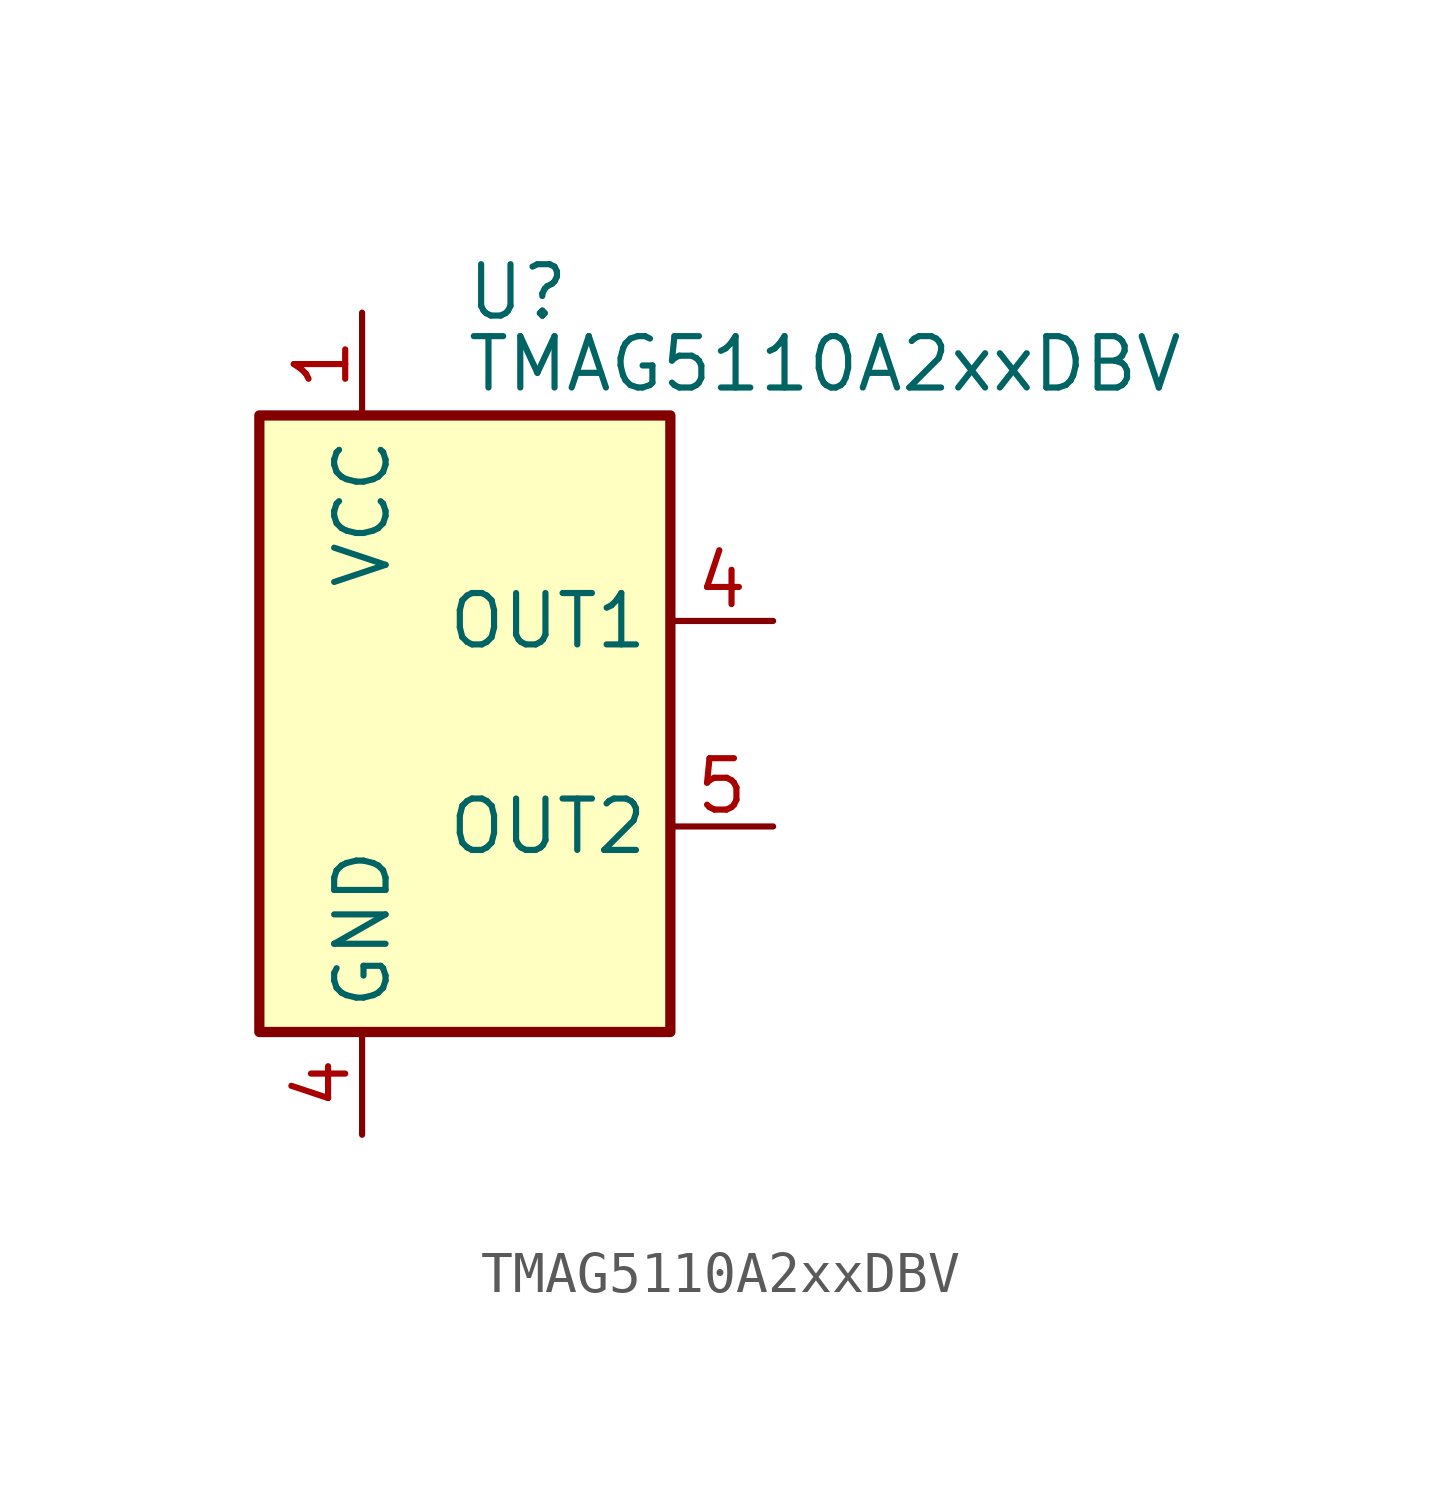
<source format=kicad_sym>
(kicad_symbol_lib
  (version 20220914)
  (generator kicad_symbol_editor)
  (symbol "TMAG5110A2xxDBV"
    (property "Reference" "U"
      (at 0 10.668 0)
      (effects (font (size 1.27 1.27)) (justify left)))
    (property "Value" "TMAG5110A2xxDBV"
      (at 0 8.89 0)
      (effects (font (size 1.27 1.27)) (justify left)))
    (symbol "TMAG5110A2xxDBV_0_0"
      (pin open_collector line (at 7.62 -2.54 180) (length 2.54) (name "OUT2" (effects (font (size 1.27 1.27)))) (number "5" (effects (font (size 1.27 1.27))))))
    (symbol "TMAG5110A2xxDBV_0_1"
      (rectangle (start -5.08 7.62) (end 5.08 -7.62) (stroke (width 0.254) (type default)) (fill (type background))))
    (symbol "TMAG5110A2xxDBV_1_1"
      (pin power_in line (at -2.54 10.16 270) (length 2.54) (name "VCC" (effects (font (size 1.27 1.27)))) (number "1" (effects (font (size 1.27 1.27)))))
      (pin power_in line (at -2.54 -10.16 90) (length 2.54) (name "GND" (effects (font (size 1.27 1.27)))) (number "4" (effects (font (size 1.27 1.27)))))
      (pin open_collector line (at 7.62 2.54 180) (length 2.54) (name "OUT1" (effects (font (size 1.27 1.27)))) (number "4" (effects (font (size 1.27 1.27))))))))
</source>
